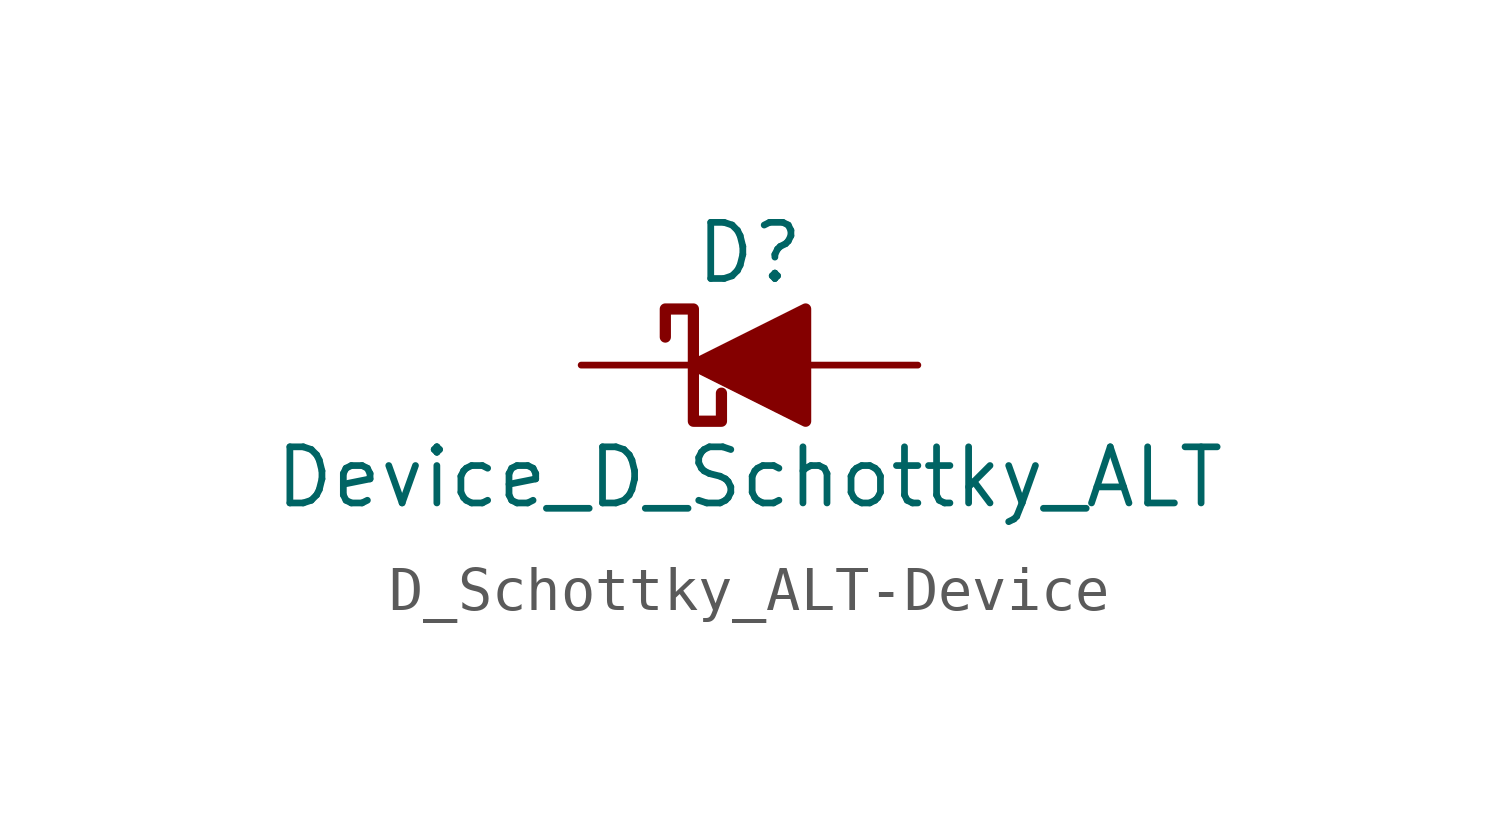
<source format=kicad_sym>
(kicad_symbol_lib
  (version 20220914)
  (generator kicad_symbol_editor)
  (symbol "D_Schottky_ALT-Device"
    (pin_numbers hide)
    (pin_names
      (offset 1.016) hide)
    (property "Reference" "D"
      (at 0 2.54 0)
      (effects (font (size 1.27 1.27))))
    (property "Value" "Device_D_Schottky_ALT"
      (at 0 -2.54 0)
      (effects (font (size 1.27 1.27))))
    (symbol "D_Schottky_ALT-Device_0_1"
      (polyline (pts (xy 1.27 0) (xy -1.27 0)) (stroke (width 0) (type solid)) (fill (type none)))
      (polyline (pts (xy 1.27 1.27) (xy 1.27 -1.27) (xy -1.27 0) (xy 1.27 1.27)) (stroke (width 0.254) (type solid)) (fill (type outline)))
      (polyline (pts (xy -1.905 0.635) (xy -1.905 1.27) (xy -1.27 1.27) (xy -1.27 -1.27) (xy -0.635 -1.27) (xy -0.635 -0.635)) (stroke (width 0.254) (type solid)) (fill (type none))))
    (symbol "D_Schottky_ALT-Device_1_1"
      (pin passive line (at -3.81 0 0) (length 2.54) (name "K" (effects (font (size 1.27 1.27)))) (number "1" (effects (font (size 1.27 1.27)))))
      (pin passive line (at 3.81 0 180) (length 2.54) (name "A" (effects (font (size 1.27 1.27)))) (number "2" (effects (font (size 1.27 1.27))))))))
</source>
